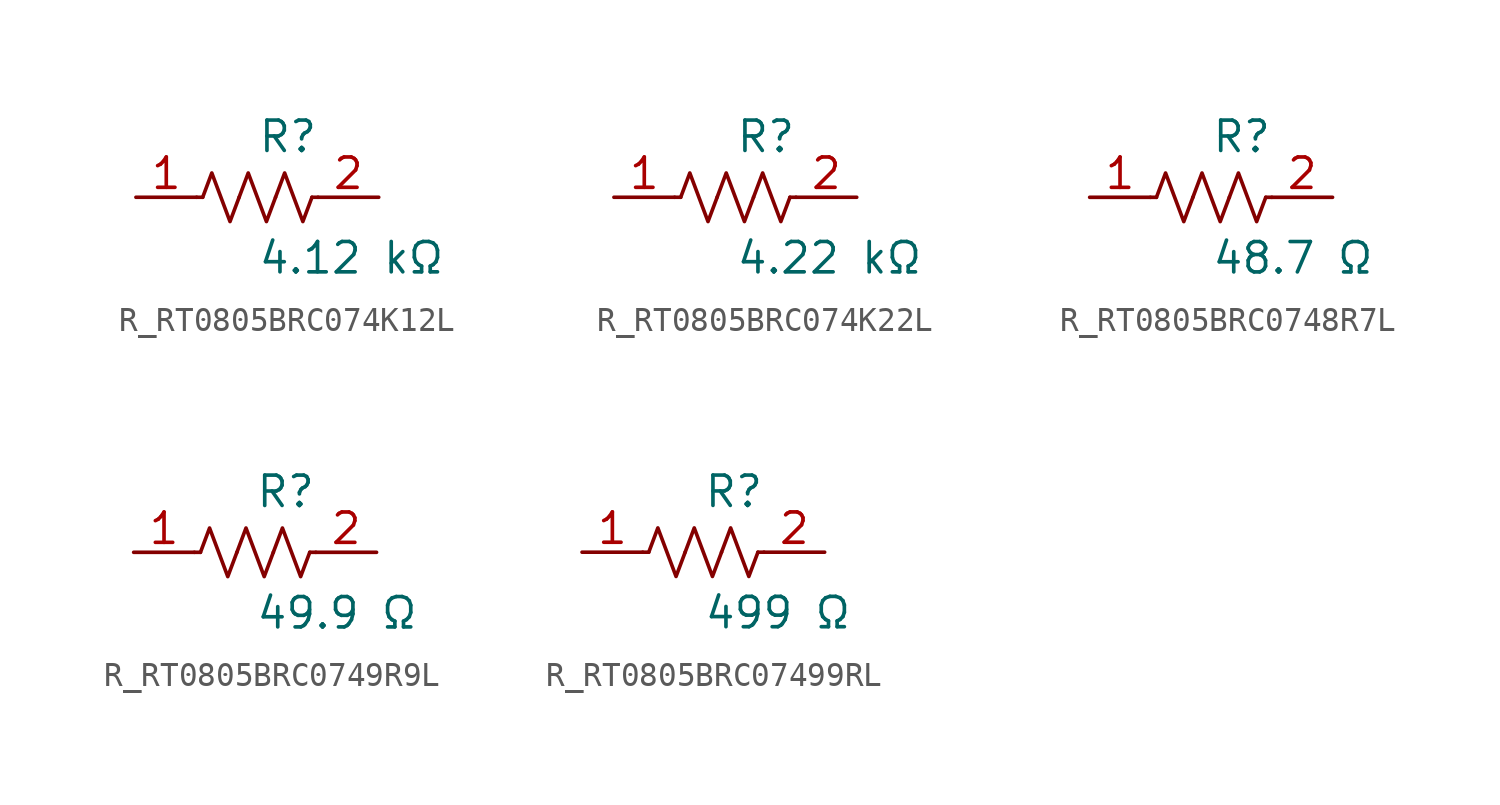
<source format=kicad_sym>
(kicad_symbol_lib
  (version 20231120)
  (generator kicad_symbol_editor)
  (generator_version 8.0)
  (symbol "R_RT0805BRC074K12L"
    (pin_names
      (offset 0.254))
    (property "Reference" "R"
      (at 0.0 2.54 0)
      (effects (font (size 1.27 1.27)) (justify left)))
    (property "Value" "4.12 kΩ"
      (at 0.0 -2.54 0)
      (effects (font (size 1.27 1.27)) (justify left)))
    (symbol "R_RT0805BRC074K12L_0_1"
      (polyline (pts (xy 2.286 0) (xy 2.54 0)) (stroke (width 0) (type default)) (fill (type none)))
      (polyline (pts (xy -2.286 0) (xy -2.54 0)) (stroke (width 0) (type default)) (fill (type none)))
      (polyline (pts (xy 0.762 0) (xy 1.143 1.016) (xy 1.524 0) (xy 1.905 -1.016) (xy 2.286 0)) (stroke (width 0) (type default)) (fill (type none)))
      (polyline (pts (xy -0.762 0) (xy -0.381 1.016) (xy 0 0) (xy 0.381 -1.016) (xy 0.762 0)) (stroke (width 0) (type default)) (fill (type none)))
      (polyline (pts (xy -2.286 0) (xy -1.905 1.016) (xy -1.524 0) (xy -1.143 -1.016) (xy -0.762 0)) (stroke (width 0) (type default)) (fill (type none))))
    (pin unspecified line
      (at -5.08 0 0)
      (length 2.54)
      (name "" (effects (font (size 1.27 1.27))))
      (number "1" (effects (font (size 1.27 1.27)))))
    (pin unspecified line
      (at 5.08 0 180)
      (length 2.54)
      (name "" (effects (font (size 1.27 1.27))))
      (number "2" (effects (font (size 1.27 1.27))))))
  (symbol "R_RT0805BRC074K22L"
    (pin_names
      (offset 0.254))
    (property "Reference" "R"
      (at 0.0 2.54 0)
      (effects (font (size 1.27 1.27)) (justify left)))
    (property "Value" "4.22 kΩ"
      (at 0.0 -2.54 0)
      (effects (font (size 1.27 1.27)) (justify left)))
    (symbol "R_RT0805BRC074K22L_0_1"
      (polyline (pts (xy 2.286 0) (xy 2.54 0)) (stroke (width 0) (type default)) (fill (type none)))
      (polyline (pts (xy -2.286 0) (xy -2.54 0)) (stroke (width 0) (type default)) (fill (type none)))
      (polyline (pts (xy 0.762 0) (xy 1.143 1.016) (xy 1.524 0) (xy 1.905 -1.016) (xy 2.286 0)) (stroke (width 0) (type default)) (fill (type none)))
      (polyline (pts (xy -0.762 0) (xy -0.381 1.016) (xy 0 0) (xy 0.381 -1.016) (xy 0.762 0)) (stroke (width 0) (type default)) (fill (type none)))
      (polyline (pts (xy -2.286 0) (xy -1.905 1.016) (xy -1.524 0) (xy -1.143 -1.016) (xy -0.762 0)) (stroke (width 0) (type default)) (fill (type none))))
    (pin unspecified line
      (at -5.08 0 0)
      (length 2.54)
      (name "" (effects (font (size 1.27 1.27))))
      (number "1" (effects (font (size 1.27 1.27)))))
    (pin unspecified line
      (at 5.08 0 180)
      (length 2.54)
      (name "" (effects (font (size 1.27 1.27))))
      (number "2" (effects (font (size 1.27 1.27))))))
  (symbol "R_RT0805BRC0748R7L"
    (pin_names
      (offset 0.254))
    (property "Reference" "R"
      (at 0.0 2.54 0)
      (effects (font (size 1.27 1.27)) (justify left)))
    (property "Value" "48.7 Ω"
      (at 0.0 -2.54 0)
      (effects (font (size 1.27 1.27)) (justify left)))
    (symbol "R_RT0805BRC0748R7L_0_1"
      (polyline (pts (xy 2.286 0) (xy 2.54 0)) (stroke (width 0) (type default)) (fill (type none)))
      (polyline (pts (xy -2.286 0) (xy -2.54 0)) (stroke (width 0) (type default)) (fill (type none)))
      (polyline (pts (xy 0.762 0) (xy 1.143 1.016) (xy 1.524 0) (xy 1.905 -1.016) (xy 2.286 0)) (stroke (width 0) (type default)) (fill (type none)))
      (polyline (pts (xy -0.762 0) (xy -0.381 1.016) (xy 0 0) (xy 0.381 -1.016) (xy 0.762 0)) (stroke (width 0) (type default)) (fill (type none)))
      (polyline (pts (xy -2.286 0) (xy -1.905 1.016) (xy -1.524 0) (xy -1.143 -1.016) (xy -0.762 0)) (stroke (width 0) (type default)) (fill (type none))))
    (pin unspecified line
      (at -5.08 0 0)
      (length 2.54)
      (name "" (effects (font (size 1.27 1.27))))
      (number "1" (effects (font (size 1.27 1.27)))))
    (pin unspecified line
      (at 5.08 0 180)
      (length 2.54)
      (name "" (effects (font (size 1.27 1.27))))
      (number "2" (effects (font (size 1.27 1.27))))))
  (symbol "R_RT0805BRC0749R9L"
    (pin_names
      (offset 0.254))
    (property "Reference" "R"
      (at 0.0 2.54 0)
      (effects (font (size 1.27 1.27)) (justify left)))
    (property "Value" "49.9 Ω"
      (at 0.0 -2.54 0)
      (effects (font (size 1.27 1.27)) (justify left)))
    (symbol "R_RT0805BRC0749R9L_0_1"
      (polyline (pts (xy 2.286 0) (xy 2.54 0)) (stroke (width 0) (type default)) (fill (type none)))
      (polyline (pts (xy -2.286 0) (xy -2.54 0)) (stroke (width 0) (type default)) (fill (type none)))
      (polyline (pts (xy 0.762 0) (xy 1.143 1.016) (xy 1.524 0) (xy 1.905 -1.016) (xy 2.286 0)) (stroke (width 0) (type default)) (fill (type none)))
      (polyline (pts (xy -0.762 0) (xy -0.381 1.016) (xy 0 0) (xy 0.381 -1.016) (xy 0.762 0)) (stroke (width 0) (type default)) (fill (type none)))
      (polyline (pts (xy -2.286 0) (xy -1.905 1.016) (xy -1.524 0) (xy -1.143 -1.016) (xy -0.762 0)) (stroke (width 0) (type default)) (fill (type none))))
    (pin unspecified line
      (at -5.08 0 0)
      (length 2.54)
      (name "" (effects (font (size 1.27 1.27))))
      (number "1" (effects (font (size 1.27 1.27)))))
    (pin unspecified line
      (at 5.08 0 180)
      (length 2.54)
      (name "" (effects (font (size 1.27 1.27))))
      (number "2" (effects (font (size 1.27 1.27))))))
  (symbol "R_RT0805BRC07499RL"
    (pin_names
      (offset 0.254))
    (property "Reference" "R"
      (at 0.0 2.54 0)
      (effects (font (size 1.27 1.27)) (justify left)))
    (property "Value" "499 Ω"
      (at 0.0 -2.54 0)
      (effects (font (size 1.27 1.27)) (justify left)))
    (symbol "R_RT0805BRC07499RL_0_1"
      (polyline (pts (xy 2.286 0) (xy 2.54 0)) (stroke (width 0) (type default)) (fill (type none)))
      (polyline (pts (xy -2.286 0) (xy -2.54 0)) (stroke (width 0) (type default)) (fill (type none)))
      (polyline (pts (xy 0.762 0) (xy 1.143 1.016) (xy 1.524 0) (xy 1.905 -1.016) (xy 2.286 0)) (stroke (width 0) (type default)) (fill (type none)))
      (polyline (pts (xy -0.762 0) (xy -0.381 1.016) (xy 0 0) (xy 0.381 -1.016) (xy 0.762 0)) (stroke (width 0) (type default)) (fill (type none)))
      (polyline (pts (xy -2.286 0) (xy -1.905 1.016) (xy -1.524 0) (xy -1.143 -1.016) (xy -0.762 0)) (stroke (width 0) (type default)) (fill (type none))))
    (pin unspecified line
      (at -5.08 0 0)
      (length 2.54)
      (name "" (effects (font (size 1.27 1.27))))
      (number "1" (effects (font (size 1.27 1.27)))))
    (pin unspecified line
      (at 5.08 0 180)
      (length 2.54)
      (name "" (effects (font (size 1.27 1.27))))
      (number "2" (effects (font (size 1.27 1.27)))))))
</source>
